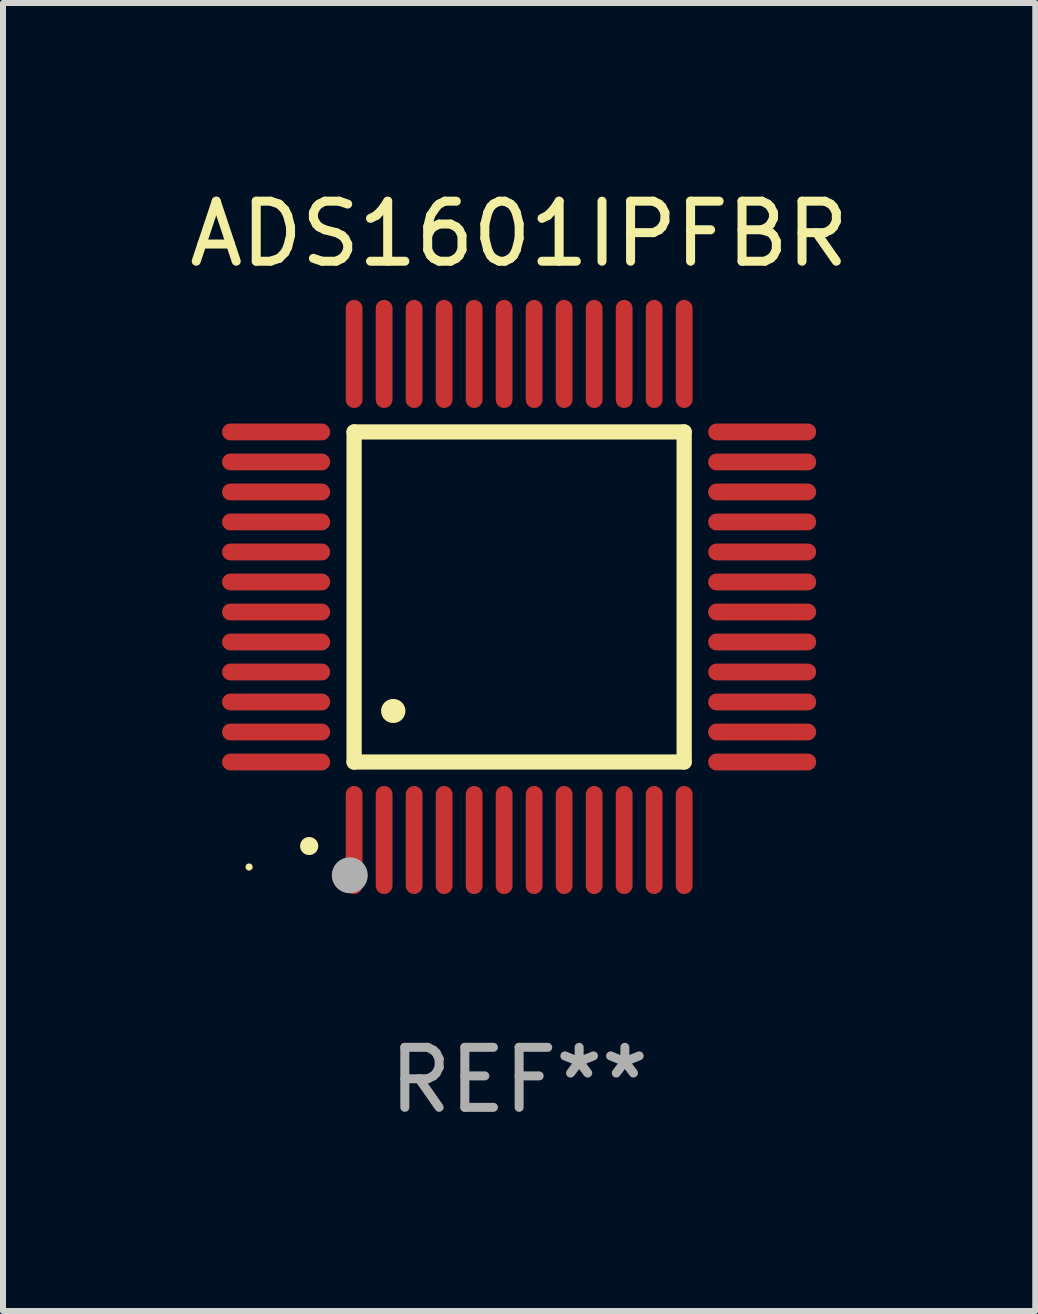
<source format=kicad_pcb>
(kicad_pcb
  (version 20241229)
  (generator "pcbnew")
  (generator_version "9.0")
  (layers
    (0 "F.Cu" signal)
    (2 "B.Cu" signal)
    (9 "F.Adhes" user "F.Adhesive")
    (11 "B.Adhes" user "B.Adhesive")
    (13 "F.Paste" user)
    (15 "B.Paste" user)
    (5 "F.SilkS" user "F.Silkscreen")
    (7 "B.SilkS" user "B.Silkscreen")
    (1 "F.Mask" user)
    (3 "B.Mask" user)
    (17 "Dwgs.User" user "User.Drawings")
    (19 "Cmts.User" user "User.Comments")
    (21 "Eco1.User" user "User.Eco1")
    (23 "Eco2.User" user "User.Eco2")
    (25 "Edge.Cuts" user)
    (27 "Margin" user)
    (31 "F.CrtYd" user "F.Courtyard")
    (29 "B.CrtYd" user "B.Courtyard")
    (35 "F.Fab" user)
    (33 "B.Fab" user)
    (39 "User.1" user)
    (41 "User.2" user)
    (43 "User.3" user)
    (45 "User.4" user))
  (footprint "ADS1601IPFBR"
    (layer "F.Cu")
    (at 5.601 6.898)
    (property "Reference" "ADS1601IPFBR" (at 0 -6.05 0) (layer "F.SilkS") (effects (font (size 1 1) (thickness 0.15))))
    (attr through_hole)
    (fp_line (start -2.75 -2.75) (end 2.75 -2.75) (stroke (width 0.254) (type solid)) (layer "F.SilkS"))
    (fp_line (start -2.75 2.75) (end -2.75 -2.75) (stroke (width 0.254) (type solid)) (layer "F.SilkS"))
    (fp_line (start 2.75 -2.75) (end 2.75 2.75) (stroke (width 0.254) (type solid)) (layer "F.SilkS"))
    (fp_line (start 2.75 2.75) (end -2.75 2.75) (stroke (width 0.254) (type solid)) (layer "F.SilkS"))
    (fp_arc (start -3.500127 4.150368) (mid -3.498857 4.150363) (end -3.497587 4.150368) (stroke (width 0.3) (type solid)) (layer "F.SilkS"))
    (fp_arc (start -2.100584 1.899924) (mid -2.098044 1.899908) (end -2.095504 1.899924) (stroke (width 0.4) (type solid)) (layer "F.SilkS"))
    (fp_circle (center -4.5 4.5) (end -4.47 4.5) (stroke (width 0.06) (type solid)) (fill no) (layer "F.SilkS"))
    (fp_circle (center -2.822 4.638) (end -2.672 4.638) (stroke (width 0.3) (type solid)) (fill no) (layer "F.Fab"))
    (fp_text user "REF**" (at 0 8.05 0) (layer "F.Fab") (effects (font (size 1 1) (thickness 0.15))))
    (pad "1" smd oval (at -2.75 4.05) (size 0.28 1.8) (layers "F.Cu" "F.Mask" "F.Paste"))
    (pad "2" smd oval (at -2.25 4.05) (size 0.28 1.8) (layers "F.Cu" "F.Mask" "F.Paste"))
    (pad "3" smd oval (at -1.75 4.05) (size 0.28 1.8) (layers "F.Cu" "F.Mask" "F.Paste"))
    (pad "4" smd oval (at -1.25 4.05) (size 0.28 1.8) (layers "F.Cu" "F.Mask" "F.Paste"))
    (pad "5" smd oval (at -0.75 4.05) (size 0.28 1.8) (layers "F.Cu" "F.Mask" "F.Paste"))
    (pad "6" smd oval (at -0.25 4.05) (size 0.28 1.8) (layers "F.Cu" "F.Mask" "F.Paste"))
    (pad "7" smd oval (at 0.25 4.05) (size 0.28 1.8) (layers "F.Cu" "F.Mask" "F.Paste"))
    (pad "8" smd oval (at 0.75 4.05) (size 0.28 1.8) (layers "F.Cu" "F.Mask" "F.Paste"))
    (pad "9" smd oval (at 1.25 4.05) (size 0.28 1.8) (layers "F.Cu" "F.Mask" "F.Paste"))
    (pad "10" smd oval (at 1.75 4.05) (size 0.28 1.8) (layers "F.Cu" "F.Mask" "F.Paste"))
    (pad "11" smd oval (at 2.25 4.05) (size 0.28 1.8) (layers "F.Cu" "F.Mask" "F.Paste"))
    (pad "12" smd oval (at 2.75 4.05) (size 0.28 1.8) (layers "F.Cu" "F.Mask" "F.Paste"))
    (pad "13" smd oval (at 4.05 2.75) (size 1.8 0.28) (layers "F.Cu" "F.Mask" "F.Paste"))
    (pad "14" smd oval (at 4.05 2.25) (size 1.8 0.28) (layers "F.Cu" "F.Mask" "F.Paste"))
    (pad "15" smd oval (at 4.05 1.75) (size 1.8 0.28) (layers "F.Cu" "F.Mask" "F.Paste"))
    (pad "16" smd oval (at 4.05 1.25) (size 1.8 0.28) (layers "F.Cu" "F.Mask" "F.Paste"))
    (pad "17" smd oval (at 4.05 0.75) (size 1.8 0.28) (layers "F.Cu" "F.Mask" "F.Paste"))
    (pad "18" smd oval (at 4.05 0.25) (size 1.8 0.28) (layers "F.Cu" "F.Mask" "F.Paste"))
    (pad "19" smd oval (at 4.05 -0.25) (size 1.8 0.28) (layers "F.Cu" "F.Mask" "F.Paste"))
    (pad "20" smd oval (at 4.05 -0.75) (size 1.8 0.28) (layers "F.Cu" "F.Mask" "F.Paste"))
    (pad "21" smd oval (at 4.05 -1.25) (size 1.8 0.28) (layers "F.Cu" "F.Mask" "F.Paste"))
    (pad "22" smd oval (at 4.05 -1.75) (size 1.8 0.28) (layers "F.Cu" "F.Mask" "F.Paste"))
    (pad "23" smd oval (at 4.05 -2.25) (size 1.8 0.28) (layers "F.Cu" "F.Mask" "F.Paste"))
    (pad "24" smd oval (at 4.05 -2.75) (size 1.8 0.28) (layers "F.Cu" "F.Mask" "F.Paste"))
    (pad "25" smd oval (at 2.75 -4.05) (size 0.28 1.8) (layers "F.Cu" "F.Mask" "F.Paste"))
    (pad "26" smd oval (at 2.25 -4.05) (size 0.28 1.8) (layers "F.Cu" "F.Mask" "F.Paste"))
    (pad "27" smd oval (at 1.75 -4.05) (size 0.28 1.8) (layers "F.Cu" "F.Mask" "F.Paste"))
    (pad "28" smd oval (at 1.25 -4.05) (size 0.28 1.8) (layers "F.Cu" "F.Mask" "F.Paste"))
    (pad "29" smd oval (at 0.75 -4.05) (size 0.28 1.8) (layers "F.Cu" "F.Mask" "F.Paste"))
    (pad "30" smd oval (at 0.25 -4.05) (size 0.28 1.8) (layers "F.Cu" "F.Mask" "F.Paste"))
    (pad "31" smd oval (at -0.25 -4.05) (size 0.28 1.8) (layers "F.Cu" "F.Mask" "F.Paste"))
    (pad "32" smd oval (at -0.75 -4.05) (size 0.28 1.8) (layers "F.Cu" "F.Mask" "F.Paste"))
    (pad "33" smd oval (at -1.25 -4.05) (size 0.28 1.8) (layers "F.Cu" "F.Mask" "F.Paste"))
    (pad "34" smd oval (at -1.75 -4.05) (size 0.28 1.8) (layers "F.Cu" "F.Mask" "F.Paste"))
    (pad "35" smd oval (at -2.25 -4.05) (size 0.28 1.8) (layers "F.Cu" "F.Mask" "F.Paste"))
    (pad "36" smd oval (at -2.75 -4.05) (size 0.28 1.8) (layers "F.Cu" "F.Mask" "F.Paste"))
    (pad "37" smd oval (at -4.05 -2.75) (size 1.8 0.28) (layers "F.Cu" "F.Mask" "F.Paste"))
    (pad "38" smd oval (at -4.05 -2.25) (size 1.8 0.28) (layers "F.Cu" "F.Mask" "F.Paste"))
    (pad "39" smd oval (at -4.05 -1.75) (size 1.8 0.28) (layers "F.Cu" "F.Mask" "F.Paste"))
    (pad "40" smd oval (at -4.05 -1.25) (size 1.8 0.28) (layers "F.Cu" "F.Mask" "F.Paste"))
    (pad "41" smd oval (at -4.05 -0.75) (size 1.8 0.28) (layers "F.Cu" "F.Mask" "F.Paste"))
    (pad "42" smd oval (at -4.05 -0.25) (size 1.8 0.28) (layers "F.Cu" "F.Mask" "F.Paste"))
    (pad "43" smd oval (at -4.05 0.25) (size 1.8 0.28) (layers "F.Cu" "F.Mask" "F.Paste"))
    (pad "44" smd oval (at -4.05 0.75) (size 1.8 0.28) (layers "F.Cu" "F.Mask" "F.Paste"))
    (pad "45" smd oval (at -4.05 1.25) (size 1.8 0.28) (layers "F.Cu" "F.Mask" "F.Paste"))
    (pad "46" smd oval (at -4.05 1.75) (size 1.8 0.28) (layers "F.Cu" "F.Mask" "F.Paste"))
    (pad "47" smd oval (at -4.05 2.25) (size 1.8 0.28) (layers "F.Cu" "F.Mask" "F.Paste"))
    (pad "48" smd oval (at -4.05 2.75) (size 1.8 0.28) (layers "F.Cu" "F.Mask" "F.Paste")))
  (gr_rect
    (start -3 -3)
    (end 14.202 18.797)
    (stroke (width 0.1) (type default))
    (fill no)
    (layer "Edge.Cuts")))
</source>
